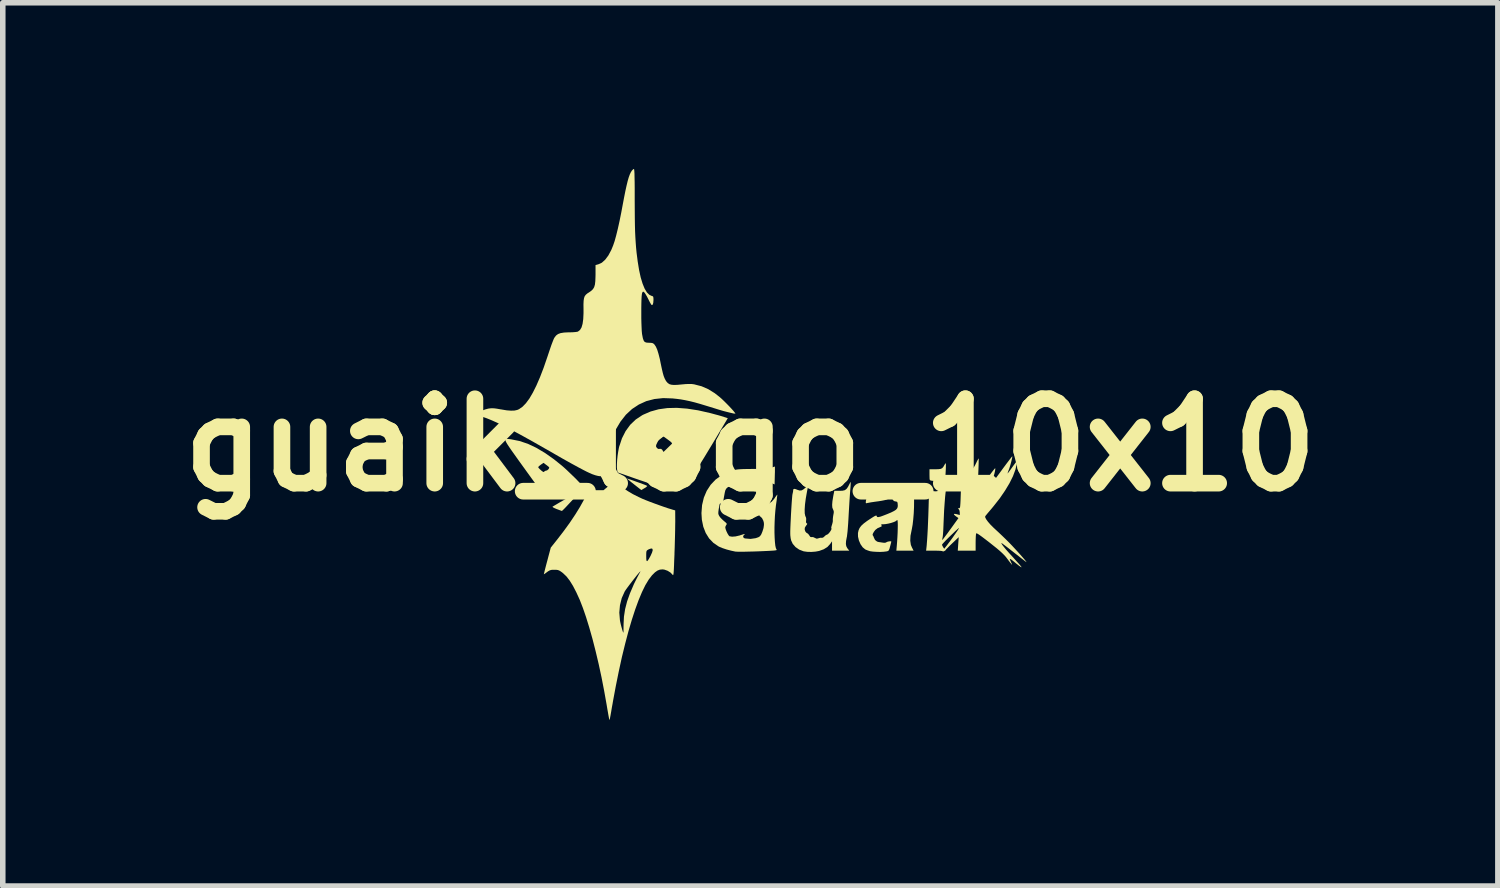
<source format=kicad_pcb>
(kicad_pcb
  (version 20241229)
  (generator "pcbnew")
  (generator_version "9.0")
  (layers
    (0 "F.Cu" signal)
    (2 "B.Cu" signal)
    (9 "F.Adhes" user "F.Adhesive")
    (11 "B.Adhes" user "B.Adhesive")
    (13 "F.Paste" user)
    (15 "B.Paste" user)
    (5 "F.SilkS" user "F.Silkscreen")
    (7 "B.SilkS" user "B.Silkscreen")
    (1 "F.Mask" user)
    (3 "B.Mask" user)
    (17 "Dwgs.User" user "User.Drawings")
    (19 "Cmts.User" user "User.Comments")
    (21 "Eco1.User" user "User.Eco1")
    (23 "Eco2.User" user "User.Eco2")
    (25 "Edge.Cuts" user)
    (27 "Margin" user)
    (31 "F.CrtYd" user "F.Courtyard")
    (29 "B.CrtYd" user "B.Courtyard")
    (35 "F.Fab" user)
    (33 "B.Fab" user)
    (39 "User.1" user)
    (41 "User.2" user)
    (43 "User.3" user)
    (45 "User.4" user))
  (footprint "guaik_logo_10x10"
    (layer "F.Cu")
    (at 10.494 4.982)
    (property "Reference" "guaik_logo_10x10" (at 0 0 0) (layer "F.SilkS") (effects (font (size 1.524 1.524) (thickness 0.3))))
    (attr board_only exclude_from_pos_files exclude_from_bom)
    (fp_poly (pts (xy -2.141 0.633) (xy -2.064 0.661) (xy -1.995 0.686) (xy -1.937 0.707) (xy -1.893 0.724) (xy -1.867 0.736) (xy -1.861 0.74) (xy -1.868 0.75) (xy -1.89 0.768) (xy -1.912 0.781) (xy -1.968 0.814) (xy -2.105 0.706) (xy -2.152 0.669) (xy -2.189 0.638) (xy -2.215 0.616) (xy -2.225 0.606) (xy -2.224 0.605)) (stroke (width 0) (type solid)) (fill yes) (layer "F.SilkS"))
    (fp_poly (pts (xy 3.528 0.331) (xy 3.53 0.345) (xy 3.53 0.38) (xy 3.529 0.429) (xy 3.526 0.488) (xy 3.526 0.489) (xy 3.517 0.641) (xy 3.447 0.633) (xy 3.404 0.629) (xy 3.381 0.632) (xy 3.377 0.638) (xy 3.366 0.648) (xy 3.335 0.65) (xy 3.287 0.647) (xy 3.267 0.644) (xy 3.251 0.64) (xy 3.241 0.632) (xy 3.236 0.615) (xy 3.235 0.582) (xy 3.234 0.539) (xy 3.234 0.439) (xy 3.339 0.439) (xy 3.397 0.437) (xy 3.436 0.432) (xy 3.463 0.419) (xy 3.483 0.397) (xy 3.501 0.366) (xy 3.516 0.341) (xy 3.526 0.33)) (stroke (width 0) (type solid)) (fill yes) (layer "F.SilkS"))
    (fp_poly (pts (xy -3.092 0.861) (xy -3.12 0.894) (xy -3.158 0.936) (xy -3.2 0.983) (xy -3.246 1.032) (xy -3.29 1.079) (xy -3.331 1.123) (xy -3.365 1.158) (xy -3.39 1.182) (xy -3.401 1.191) (xy -3.401 1.191) (xy -3.414 1.187) (xy -3.444 1.176) (xy -3.484 1.161) (xy -3.493 1.158) (xy -3.533 1.141) (xy -3.56 1.127) (xy -3.571 1.117) (xy -3.571 1.115) (xy -3.558 1.106) (xy -3.527 1.088) (xy -3.483 1.062) (xy -3.429 1.03) (xy -3.383 1.004) (xy -3.317 0.966) (xy -3.252 0.929) (xy -3.193 0.895) (xy -3.146 0.868) (xy -3.127 0.857) (xy -3.05 0.812)) (stroke (width 0) (type solid)) (fill yes) (layer "F.SilkS"))
    (fp_poly (pts (xy -4.378 -0.109) (xy -4.349 -0.106) (xy -4.313 -0.101) (xy -4.31 -0.1) (xy -4.165 -0.071) (xy -4.016 -0.021) (xy -3.864 0.051) (xy -3.707 0.144) (xy -3.544 0.259) (xy -3.401 0.374) (xy -3.362 0.408) (xy -3.316 0.45) (xy -3.267 0.497) (xy -3.216 0.546) (xy -3.166 0.594) (xy -3.122 0.639) (xy -3.086 0.677) (xy -3.06 0.705) (xy -3.048 0.721) (xy -3.047 0.723) (xy -3.06 0.726) (xy -3.091 0.734) (xy -3.139 0.745) (xy -3.2 0.759) (xy -3.27 0.775) (xy -3.346 0.792) (xy -3.424 0.81) (xy -3.5 0.827) (xy -3.572 0.843) (xy -3.635 0.857) (xy -3.687 0.868) (xy -3.723 0.875) (xy -3.74 0.878) (xy -3.741 0.878) (xy -3.75 0.869) (xy -3.772 0.841) (xy -3.805 0.797) (xy -3.849 0.739) (xy -3.901 0.668) (xy -3.96 0.587) (xy -4.025 0.497) (xy -4.094 0.401) (xy -4.095 0.401) (xy -3.829 0.401) (xy -3.821 0.415) (xy -3.8 0.437) (xy -3.774 0.461) (xy -3.749 0.48) (xy -3.733 0.489) (xy -3.732 0.489) (xy -3.719 0.48) (xy -3.716 0.477) (xy -3.699 0.466) (xy -3.687 0.464) (xy -3.666 0.457) (xy -3.644 0.438) (xy -3.631 0.417) (xy -3.631 0.404) (xy -3.644 0.391) (xy -3.67 0.37) (xy -3.686 0.358) (xy -3.734 0.323) (xy -3.781 0.356) (xy -3.809 0.378) (xy -3.826 0.395) (xy -3.829 0.401) (xy -4.095 0.401) (xy -4.1 0.393) (xy -4.183 0.278) (xy -4.252 0.181) (xy -4.309 0.101) (xy -4.353 0.037) (xy -4.386 -0.013) (xy -4.408 -0.051) (xy -4.42 -0.078) (xy -4.422 -0.096) (xy -4.415 -0.106) (xy -4.4 -0.11)) (stroke (width 0) (type solid)) (fill yes) (layer "F.SilkS"))
    (fp_poly (pts (xy -1.142 -0.656) (xy -0.941 -0.625) (xy -0.725 -0.576) (xy -0.702 -0.57) (xy -0.636 -0.552) (xy -0.572 -0.535) (xy -0.517 -0.519) (xy -0.477 -0.507) (xy -0.474 -0.505) (xy -0.407 -0.483) (xy -0.688 -0.013) (xy -0.767 0.117) (xy -0.834 0.228) (xy -0.892 0.321) (xy -0.942 0.398) (xy -0.986 0.461) (xy -1.025 0.513) (xy -1.061 0.555) (xy -1.094 0.589) (xy -1.128 0.617) (xy -1.162 0.641) (xy -1.199 0.663) (xy -1.208 0.668) (xy -1.261 0.694) (xy -1.319 0.718) (xy -1.369 0.734) (xy -1.432 0.745) (xy -1.506 0.75) (xy -1.581 0.75) (xy -1.649 0.745) (xy -1.683 0.738) (xy -1.706 0.731) (xy -1.749 0.718) (xy -1.807 0.698) (xy -1.878 0.674) (xy -1.958 0.647) (xy -2.045 0.617) (xy -2.063 0.611) (xy -2.395 0.495) (xy -2.405 0.445) (xy -2.409 0.403) (xy -2.408 0.343) (xy -2.404 0.272) (xy -2.396 0.195) (xy -2.385 0.121) (xy -2.373 0.054) (xy -2.367 0.029) (xy -2.352 -0.014) (xy -1.736 -0.014) (xy -1.728 -0.001) (xy -1.71 0.024) (xy -1.701 0.036) (xy -1.676 0.063) (xy -1.655 0.073) (xy -1.636 0.07) (xy -1.611 0.07) (xy -1.591 0.087) (xy -1.586 0.094) (xy -1.567 0.126) (xy -1.5 0.061) (xy -1.465 0.027) (xy -1.436 -0.001) (xy -1.419 -0.018) (xy -1.417 -0.019) (xy -1.413 -0.029) (xy -1.422 -0.043) (xy -1.446 -0.065) (xy -1.485 -0.094) (xy -1.568 -0.154) (xy -1.652 -0.088) (xy -1.69 -0.058) (xy -1.718 -0.033) (xy -1.734 -0.017) (xy -1.736 -0.014) (xy -2.352 -0.014) (xy -2.317 -0.12) (xy -2.251 -0.25) (xy -2.169 -0.363) (xy -2.07 -0.458) (xy -1.953 -0.536) (xy -1.932 -0.547) (xy -1.8 -0.604) (xy -1.655 -0.644) (xy -1.498 -0.666) (xy -1.327 -0.67)) (stroke (width 0) (type solid)) (fill yes) (layer "F.SilkS"))
    (fp_poly (pts (xy 1.812 0.68) (xy 1.811 0.714) (xy 1.808 0.764) (xy 1.803 0.826) (xy 1.8 0.86) (xy 1.795 0.934) (xy 1.789 1.025) (xy 1.783 1.125) (xy 1.777 1.227) (xy 1.772 1.318) (xy 1.767 1.403) (xy 1.761 1.485) (xy 1.755 1.559) (xy 1.748 1.619) (xy 1.743 1.66) (xy 1.741 1.665) (xy 1.728 1.735) (xy 1.725 1.787) (xy 1.732 1.827) (xy 1.749 1.86) (xy 1.755 1.869) (xy 1.786 1.908) (xy 1.475 1.908) (xy 1.475 1.739) (xy 1.44 1.789) (xy 1.391 1.842) (xy 1.325 1.883) (xy 1.242 1.913) (xy 1.178 1.925) (xy 1.103 1.931) (xy 1.028 1.929) (xy 0.964 1.92) (xy 0.96 1.919) (xy 0.882 1.889) (xy 0.816 1.843) (xy 0.765 1.784) (xy 0.737 1.723) (xy 0.728 1.683) (xy 0.722 1.632) (xy 0.721 1.6) (xy 0.721 1.555) (xy 0.723 1.494) (xy 0.726 1.421) (xy 0.73 1.34) (xy 0.734 1.255) (xy 0.739 1.169) (xy 0.744 1.088) (xy 0.749 1.015) (xy 0.754 0.953) (xy 0.758 0.908) (xy 0.762 0.883) (xy 0.763 0.881) (xy 0.771 0.844) (xy 0.773 0.821) (xy 0.777 0.799) (xy 0.792 0.792) (xy 0.821 0.798) (xy 0.85 0.81) (xy 0.892 0.823) (xy 0.929 0.819) (xy 0.967 0.796) (xy 0.999 0.767) (xy 1.025 0.742) (xy 1.042 0.725) (xy 1.046 0.722) (xy 1.044 0.734) (xy 1.038 0.766) (xy 1.029 0.811) (xy 1.023 0.842) (xy 1.001 0.966) (xy 0.987 1.074) (xy 0.981 1.163) (xy 0.982 1.234) (xy 0.992 1.283) (xy 1.002 1.302) (xy 1.008 1.324) (xy 1.008 1.358) (xy 1.007 1.362) (xy 1.005 1.396) (xy 1.014 1.412) (xy 1.018 1.414) (xy 1.028 1.422) (xy 1.023 1.436) (xy 1.013 1.448) (xy 0.994 1.476) (xy 0.983 1.497) (xy 0.982 1.53) (xy 0.994 1.563) (xy 1.015 1.587) (xy 1.023 1.59) (xy 1.045 1.606) (xy 1.065 1.633) (xy 1.065 1.634) (xy 1.083 1.659) (xy 1.101 1.664) (xy 1.106 1.663) (xy 1.133 1.663) (xy 1.164 1.677) (xy 1.165 1.677) (xy 1.193 1.691) (xy 1.217 1.689) (xy 1.231 1.684) (xy 1.263 1.675) (xy 1.286 1.676) (xy 1.312 1.673) (xy 1.338 1.651) (xy 1.362 1.629) (xy 1.383 1.619) (xy 1.385 1.619) (xy 1.4 1.61) (xy 1.421 1.59) (xy 1.442 1.562) (xy 1.458 1.536) (xy 1.466 1.515) (xy 1.464 1.508) (xy 1.46 1.495) (xy 1.467 1.463) (xy 1.473 1.445) (xy 1.484 1.406) (xy 1.49 1.373) (xy 1.489 1.363) (xy 1.489 1.338) (xy 1.493 1.298) (xy 1.498 1.267) (xy 1.506 1.224) (xy 1.506 1.197) (xy 1.499 1.175) (xy 1.493 1.163) (xy 1.48 1.13) (xy 1.477 1.081) (xy 1.482 1.016) (xy 1.496 0.93) (xy 1.499 0.913) (xy 1.516 0.828) (xy 1.605 0.828) (xy 1.664 0.826) (xy 1.706 0.816) (xy 1.736 0.794) (xy 1.762 0.758) (xy 1.779 0.726) (xy 1.796 0.692) (xy 1.808 0.671) (xy 1.812 0.667)) (stroke (width 0) (type solid)) (fill yes) (layer "F.SilkS"))
    (fp_poly (pts (xy 2.332 0.752) (xy 2.337 0.77) (xy 2.345 0.803) (xy 2.502 0.803) (xy 2.568 0.804) (xy 2.632 0.807) (xy 2.687 0.812) (xy 2.726 0.817) (xy 2.726 0.817) (xy 2.801 0.825) (xy 2.862 0.814) (xy 2.911 0.784) (xy 2.946 0.754) (xy 2.954 0.907) (xy 2.956 1.009) (xy 2.955 1.12) (xy 2.95 1.232) (xy 2.941 1.34) (xy 2.93 1.437) (xy 2.916 1.516) (xy 2.912 1.535) (xy 2.891 1.64) (xy 2.887 1.729) (xy 2.898 1.804) (xy 2.917 1.85) (xy 2.947 1.908) (xy 2.636 1.908) (xy 2.644 1.82) (xy 2.65 1.743) (xy 2.655 1.663) (xy 2.659 1.585) (xy 2.661 1.513) (xy 2.662 1.449) (xy 2.661 1.4) (xy 2.658 1.367) (xy 2.654 1.355) (xy 2.636 1.365) (xy 2.634 1.368) (xy 2.617 1.38) (xy 2.583 1.394) (xy 2.539 1.408) (xy 2.49 1.42) (xy 2.444 1.428) (xy 2.411 1.431) (xy 2.377 1.432) (xy 2.362 1.436) (xy 2.363 1.444) (xy 2.366 1.449) (xy 2.374 1.465) (xy 2.36 1.475) (xy 2.359 1.475) (xy 2.299 1.501) (xy 2.256 1.534) (xy 2.229 1.57) (xy 2.211 1.604) (xy 2.207 1.626) (xy 2.21 1.63) (xy 2.221 1.647) (xy 2.23 1.671) (xy 2.251 1.715) (xy 2.288 1.744) (xy 2.316 1.752) (xy 2.35 1.757) (xy 2.39 1.763) (xy 2.393 1.764) (xy 2.433 1.766) (xy 2.455 1.757) (xy 2.475 1.747) (xy 2.502 1.741) (xy 2.528 1.738) (xy 2.543 1.741) (xy 2.545 1.744) (xy 2.542 1.758) (xy 2.534 1.79) (xy 2.523 1.832) (xy 2.511 1.876) (xy 2.5 1.901) (xy 2.486 1.914) (xy 2.465 1.92) (xy 2.454 1.922) (xy 2.404 1.928) (xy 2.342 1.931) (xy 2.275 1.929) (xy 2.213 1.925) (xy 2.164 1.918) (xy 2.152 1.915) (xy 2.114 1.902) (xy 2.082 1.889) (xy 2.074 1.885) (xy 2.028 1.847) (xy 1.989 1.791) (xy 1.96 1.724) (xy 1.944 1.655) (xy 1.943 1.589) (xy 1.954 1.541) (xy 1.972 1.499) (xy 2.002 1.459) (xy 2.045 1.419) (xy 2.106 1.373) (xy 2.142 1.349) (xy 2.197 1.313) (xy 2.236 1.289) (xy 2.26 1.277) (xy 2.274 1.274) (xy 2.28 1.279) (xy 2.281 1.282) (xy 2.286 1.296) (xy 2.297 1.302) (xy 2.318 1.301) (xy 2.352 1.293) (xy 2.401 1.275) (xy 2.468 1.249) (xy 2.54 1.219) (xy 2.592 1.193) (xy 2.628 1.17) (xy 2.649 1.147) (xy 2.66 1.12) (xy 2.662 1.089) (xy 2.661 1.08) (xy 2.658 1.045) (xy 2.65 1.027) (xy 2.633 1.021) (xy 2.619 1.019) (xy 2.592 1.012) (xy 2.58 0.999) (xy 2.58 0.998) (xy 2.571 0.983) (xy 2.546 0.967) (xy 2.544 0.966) (xy 2.517 0.957) (xy 2.498 0.962) (xy 2.487 0.971) (xy 2.474 0.981) (xy 2.453 0.989) (xy 2.422 0.997) (xy 2.377 1.006) (xy 2.316 1.016) (xy 2.234 1.027) (xy 2.23 1.028) (xy 2.181 1.035) (xy 2.139 1.043) (xy 2.11 1.048) (xy 2.107 1.049) (xy 2.091 1.053) (xy 2.084 1.045) (xy 2.085 1.022) (xy 2.088 1.002) (xy 2.098 0.956) (xy 2.115 0.906) (xy 2.121 0.891) (xy 2.138 0.858) (xy 2.159 0.836) (xy 2.19 0.818) (xy 2.216 0.807) (xy 2.257 0.789) (xy 2.291 0.77) (xy 2.308 0.758) (xy 2.324 0.745)) (stroke (width 0) (type solid)) (fill yes) (layer "F.SilkS"))
    (fp_poly (pts (xy -2.395 0.662) (xy -2.376 0.687) (xy -2.374 0.69) (xy -2.34 0.734) (xy -2.285 0.783) (xy -2.21 0.834) (xy -2.119 0.888) (xy -2.013 0.941) (xy -1.949 0.971) (xy -1.891 0.995) (xy -1.817 1.024) (xy -1.734 1.055) (xy -1.646 1.087) (xy -1.561 1.117) (xy -1.484 1.143) (xy -1.421 1.162) (xy -1.406 1.167) (xy -1.356 1.181) (xy -1.355 1.378) (xy -1.356 1.442) (xy -1.357 1.526) (xy -1.359 1.625) (xy -1.362 1.733) (xy -1.365 1.844) (xy -1.369 1.954) (xy -1.369 1.973) (xy -1.374 2.084) (xy -1.377 2.171) (xy -1.38 2.239) (xy -1.383 2.288) (xy -1.386 2.321) (xy -1.39 2.341) (xy -1.393 2.349) (xy -1.398 2.349) (xy -1.401 2.345) (xy -1.44 2.304) (xy -1.493 2.271) (xy -1.552 2.25) (xy -1.587 2.246) (xy -1.635 2.251) (xy -1.677 2.268) (xy -1.721 2.299) (xy -1.77 2.348) (xy -1.775 2.353) (xy -1.834 2.43) (xy -1.895 2.531) (xy -1.956 2.656) (xy -2.017 2.802) (xy -2.078 2.969) (xy -2.139 3.156) (xy -2.2 3.363) (xy -2.259 3.587) (xy -2.318 3.828) (xy -2.374 4.085) (xy -2.429 4.357) (xy -2.482 4.642) (xy -2.485 4.662) (xy -2.5 4.743) (xy -2.512 4.816) (xy -2.523 4.878) (xy -2.532 4.925) (xy -2.536 4.952) (xy -2.537 4.957) (xy -2.542 4.962) (xy -2.548 4.944) (xy -2.553 4.922) (xy -2.561 4.88) (xy -2.571 4.822) (xy -2.583 4.754) (xy -2.593 4.693) (xy -2.638 4.441) (xy -2.686 4.193) (xy -2.738 3.952) (xy -2.793 3.72) (xy -2.849 3.501) (xy -2.907 3.296) (xy -2.965 3.108) (xy -2.993 3.026) (xy -2.365 3.026) (xy -2.354 3.161) (xy -2.35 3.186) (xy -2.339 3.236) (xy -2.326 3.286) (xy -2.313 3.332) (xy -2.302 3.368) (xy -2.293 3.387) (xy -2.291 3.388) (xy -2.29 3.377) (xy -2.289 3.345) (xy -2.289 3.297) (xy -2.288 3.239) (xy -2.288 3.235) (xy -2.281 3.098) (xy -2.26 2.963) (xy -2.224 2.823) (xy -2.172 2.677) (xy -2.104 2.518) (xy -2.093 2.495) (xy -2.065 2.438) (xy -2.037 2.383) (xy -2.014 2.339) (xy -2.003 2.319) (xy -1.988 2.293) (xy -1.985 2.281) (xy -1.989 2.284) (xy -2.014 2.312) (xy -2.048 2.353) (xy -2.089 2.405) (xy -2.133 2.461) (xy -2.176 2.517) (xy -2.215 2.569) (xy -2.246 2.612) (xy -2.266 2.642) (xy -2.268 2.646) (xy -2.321 2.764) (xy -2.353 2.892) (xy -2.365 3.026) (xy -2.993 3.026) (xy -3.023 2.94) (xy -3.078 2.798) (xy -3.141 2.66) (xy -3.201 2.544) (xy -3.26 2.449) (xy -3.319 2.373) (xy -3.381 2.314) (xy -3.401 2.298) (xy -3.439 2.272) (xy -3.471 2.258) (xy -3.507 2.253) (xy -3.538 2.253) (xy -3.584 2.254) (xy -3.617 2.262) (xy -3.648 2.279) (xy -3.668 2.293) (xy -3.698 2.316) (xy -3.72 2.33) (xy -3.727 2.334) (xy -3.725 2.323) (xy -3.717 2.291) (xy -3.705 2.242) (xy -3.689 2.18) (xy -3.67 2.108) (xy -3.666 2.094) (xy -3.644 2.01) (xy -1.879 2.01) (xy -1.878 2.061) (xy -1.873 2.091) (xy -1.864 2.098) (xy -1.848 2.083) (xy -1.825 2.046) (xy -1.801 2.002) (xy -1.774 1.942) (xy -1.762 1.9) (xy -1.767 1.875) (xy -1.788 1.868) (xy -1.825 1.88) (xy -1.844 1.889) (xy -1.861 1.9) (xy -1.872 1.912) (xy -1.877 1.932) (xy -1.879 1.966) (xy -1.879 2.01) (xy -3.644 2.01) (xy -3.602 1.853) (xy -3.481 1.701) (xy -3.365 1.55) (xy -3.257 1.401) (xy -3.16 1.256) (xy -3.076 1.12) (xy -3.006 0.994) (xy -2.954 0.886) (xy -2.924 0.816) (xy -2.649 0.816) (xy -2.576 0.755) (xy -2.516 0.707) (xy -2.465 0.674) (xy -2.426 0.655) (xy -2.411 0.653)) (stroke (width 0) (type solid)) (fill yes) (layer "F.SilkS"))
    (fp_poly (pts (xy 0.444 0.391) (xy 0.444 0.404) (xy 0.444 0.438) (xy 0.444 0.487) (xy 0.442 0.546) (xy 0.442 0.554) (xy 0.438 0.713) (xy 0.383 0.687) (xy 0.355 0.676) (xy 0.324 0.668) (xy 0.285 0.662) (xy 0.232 0.658) (xy 0.16 0.655) (xy 0.154 0.655) (xy -0.02 0.65) (xy -0.126 0.696) (xy -0.185 0.721) (xy -0.224 0.738) (xy -0.247 0.747) (xy -0.256 0.75) (xy -0.255 0.747) (xy -0.246 0.739) (xy -0.241 0.735) (xy -0.221 0.715) (xy -0.222 0.703) (xy -0.243 0.701) (xy -0.281 0.709) (xy -0.289 0.711) (xy -0.358 0.736) (xy -0.406 0.762) (xy -0.436 0.79) (xy -0.451 0.819) (xy -0.46 0.855) (xy -0.47 0.908) (xy -0.481 0.969) (xy -0.49 1.031) (xy -0.498 1.085) (xy -0.501 1.122) (xy -0.502 1.143) (xy -0.505 1.144) (xy -0.51 1.122) (xy -0.513 1.107) (xy -0.525 1.069) (xy -0.538 1.054) (xy -0.551 1.063) (xy -0.552 1.065) (xy -0.557 1.081) (xy -0.563 1.116) (xy -0.571 1.16) (xy -0.577 1.207) (xy -0.578 1.238) (xy -0.572 1.261) (xy -0.56 1.284) (xy -0.538 1.314) (xy -0.504 1.348) (xy -0.476 1.373) (xy -0.444 1.4) (xy -0.428 1.417) (xy -0.425 1.43) (xy -0.434 1.443) (xy -0.434 1.443) (xy -0.448 1.47) (xy -0.452 1.488) (xy -0.446 1.518) (xy -0.432 1.556) (xy -0.413 1.596) (xy -0.393 1.629) (xy -0.377 1.648) (xy -0.375 1.648) (xy -0.329 1.656) (xy -0.267 1.651) (xy -0.19 1.633) (xy -0.17 1.626) (xy -0.125 1.612) (xy -0.102 1.607) (xy -0.099 1.611) (xy -0.104 1.615) (xy -0.128 1.641) (xy -0.129 1.665) (xy -0.109 1.683) (xy -0.092 1.688) (xy 0.003 1.696) (xy 0.094 1.683) (xy 0.107 1.679) (xy 0.147 1.665) (xy 0.173 1.648) (xy 0.193 1.621) (xy 0.199 1.61) (xy 0.217 1.567) (xy 0.234 1.515) (xy 0.24 1.489) (xy 0.246 1.442) (xy 0.245 1.407) (xy 0.236 1.37) (xy 0.233 1.364) (xy 0.211 1.32) (xy 0.184 1.295) (xy 0.183 1.294) (xy 0.164 1.28) (xy 0.161 1.267) (xy 0.164 1.26) (xy 0.161 1.257) (xy 0.149 1.257) (xy 0.122 1.261) (xy 0.078 1.269) (xy 0.05 1.275) (xy 0.005 1.283) (xy -0.031 1.288) (xy -0.052 1.29) (xy -0.055 1.289) (xy -0.054 1.275) (xy -0.047 1.246) (xy -0.042 1.23) (xy -0.03 1.184) (xy -0.024 1.138) (xy -0.024 1.128) (xy -0.023 1.097) (xy -0.017 1.086) (xy -0.000403 1.089) (xy 0.008 1.092) (xy 0.045 1.099) (xy 0.103 1.096) (xy 0.13 1.092) (xy 0.183 1.085) (xy 0.234 1.078) (xy 0.274 1.073) (xy 0.335 1.057) (xy 0.386 1.024) (xy 0.433 0.97) (xy 0.445 0.951) (xy 0.467 0.92) (xy 0.482 0.9) (xy 0.488 0.898) (xy 0.486 0.914) (xy 0.481 0.951) (xy 0.475 1.002) (xy 0.466 1.065) (xy 0.462 1.092) (xy 0.452 1.184) (xy 0.444 1.282) (xy 0.439 1.384) (xy 0.436 1.485) (xy 0.436 1.583) (xy 0.439 1.673) (xy 0.444 1.752) (xy 0.451 1.816) (xy 0.461 1.862) (xy 0.472 1.884) (xy 0.476 1.892) (xy 0.473 1.898) (xy 0.458 1.902) (xy 0.428 1.906) (xy 0.38 1.909) (xy 0.33 1.912) (xy 0.241 1.916) (xy 0.149 1.92) (xy 0.058 1.923) (xy -0.029 1.925) (xy -0.108 1.927) (xy -0.175 1.927) (xy -0.227 1.927) (xy -0.261 1.925) (xy -0.268 1.925) (xy -0.347 1.908) (xy -0.427 1.887) (xy -0.502 1.862) (xy -0.562 1.837) (xy -0.572 1.832) (xy -0.666 1.768) (xy -0.744 1.687) (xy -0.805 1.589) (xy -0.849 1.476) (xy -0.875 1.349) (xy -0.882 1.23) (xy -0.871 1.085) (xy -0.839 0.951) (xy -0.787 0.828) (xy -0.716 0.719) (xy -0.627 0.625) (xy -0.521 0.547) (xy -0.398 0.487) (xy -0.323 0.461) (xy -0.291 0.453) (xy -0.258 0.446) (xy -0.222 0.441) (xy -0.179 0.438) (xy -0.123 0.435) (xy -0.052 0.434) (xy 0.038 0.433) (xy 0.054 0.433) (xy 0.147 0.432) (xy 0.219 0.43) (xy 0.274 0.428) (xy 0.316 0.425) (xy 0.347 0.421) (xy 0.37 0.416) (xy 0.39 0.408) (xy 0.39 0.408) (xy 0.421 0.396) (xy 0.44 0.39)) (stroke (width 0) (type solid)) (fill yes) (layer "F.SilkS"))
    (fp_poly (pts (xy -2.097 -4.973) (xy -2.094 -4.946) (xy -2.091 -4.899) (xy -2.09 -4.832) (xy -2.088 -4.743) (xy -2.087 -4.632) (xy -2.087 -4.497) (xy -2.087 -4.414) (xy -2.086 -4.245) (xy -2.085 -4.097) (xy -2.083 -3.967) (xy -2.08 -3.852) (xy -2.075 -3.748) (xy -2.069 -3.652) (xy -2.062 -3.56) (xy -2.053 -3.469) (xy -2.041 -3.376) (xy -2.033 -3.312) (xy -2.008 -3.158) (xy -1.979 -3.025) (xy -1.945 -2.913) (xy -1.908 -2.822) (xy -1.867 -2.754) (xy -1.822 -2.71) (xy -1.782 -2.691) (xy -1.762 -2.685) (xy -1.752 -2.673) (xy -1.749 -2.648) (xy -1.748 -2.619) (xy -1.752 -2.566) (xy -1.761 -2.535) (xy -1.775 -2.525) (xy -1.783 -2.528) (xy -1.794 -2.543) (xy -1.812 -2.574) (xy -1.834 -2.617) (xy -1.842 -2.633) (xy -1.866 -2.68) (xy -1.89 -2.721) (xy -1.908 -2.748) (xy -1.912 -2.752) (xy -1.931 -2.768) (xy -1.942 -2.764) (xy -1.952 -2.746) (xy -1.957 -2.724) (xy -1.962 -2.68) (xy -1.965 -2.62) (xy -1.967 -2.546) (xy -1.968 -2.464) (xy -1.968 -2.377) (xy -1.968 -2.289) (xy -1.966 -2.204) (xy -1.963 -2.126) (xy -1.96 -2.059) (xy -1.955 -2.007) (xy -1.952 -1.989) (xy -1.94 -1.927) (xy -1.926 -1.886) (xy -1.908 -1.861) (xy -1.881 -1.849) (xy -1.843 -1.845) (xy -1.83 -1.845) (xy -1.788 -1.843) (xy -1.76 -1.837) (xy -1.74 -1.823) (xy -1.73 -1.812) (xy -1.705 -1.775) (xy -1.681 -1.721) (xy -1.658 -1.647) (xy -1.634 -1.553) (xy -1.617 -1.468) (xy -1.597 -1.374) (xy -1.58 -1.301) (xy -1.564 -1.245) (xy -1.547 -1.202) (xy -1.529 -1.167) (xy -1.516 -1.147) (xy -1.492 -1.119) (xy -1.464 -1.099) (xy -1.429 -1.088) (xy -1.382 -1.083) (xy -1.319 -1.085) (xy -1.243 -1.092) (xy -1.165 -1.099) (xy -1.105 -1.101) (xy -1.056 -1.1) (xy -1.012 -1.094) (xy -1.009 -1.093) (xy -0.881 -1.06) (xy -0.761 -1.008) (xy -0.643 -0.935) (xy -0.556 -0.867) (xy -0.516 -0.832) (xy -0.472 -0.79) (xy -0.426 -0.744) (xy -0.381 -0.698) (xy -0.34 -0.654) (xy -0.306 -0.616) (xy -0.282 -0.586) (xy -0.27 -0.569) (xy -0.271 -0.565) (xy -0.302 -0.568) (xy -0.351 -0.579) (xy -0.416 -0.595) (xy -0.493 -0.615) (xy -0.577 -0.64) (xy -0.657 -0.665) (xy -0.791 -0.706) (xy -0.906 -0.741) (xy -1.005 -0.769) (xy -1.094 -0.791) (xy -1.175 -0.808) (xy -1.252 -0.822) (xy -1.328 -0.832) (xy -1.404 -0.84) (xy -1.574 -0.846) (xy -1.732 -0.829) (xy -1.878 -0.791) (xy -2.012 -0.73) (xy -2.135 -0.649) (xy -2.246 -0.546) (xy -2.344 -0.421) (xy -2.43 -0.276) (xy -2.504 -0.109) (xy -2.566 0.079) (xy -2.614 0.287) (xy -2.623 0.333) (xy -2.634 0.398) (xy -2.645 0.457) (xy -2.653 0.503) (xy -2.658 0.532) (xy -2.659 0.536) (xy -2.666 0.555) (xy -2.682 0.563) (xy -2.714 0.564) (xy -2.75 0.559) (xy -2.797 0.547) (xy -2.849 0.529) (xy -2.86 0.525) (xy -2.905 0.505) (xy -2.958 0.48) (xy -3.02 0.448) (xy -3.094 0.409) (xy -3.181 0.362) (xy -3.282 0.306) (xy -3.398 0.241) (xy -3.532 0.164) (xy -3.685 0.076) (xy -3.698 0.069) (xy -3.907 -0.05) (xy -4.095 -0.155) (xy -4.265 -0.247) (xy -4.416 -0.325) (xy -4.548 -0.391) (xy -4.663 -0.443) (xy -4.759 -0.482) (xy -4.838 -0.509) (xy -4.901 -0.524) (xy -4.902 -0.524) (xy -4.936 -0.532) (xy -4.959 -0.54) (xy -4.963 -0.546) (xy -4.952 -0.561) (xy -4.923 -0.58) (xy -4.882 -0.601) (xy -4.834 -0.623) (xy -4.786 -0.641) (xy -4.742 -0.653) (xy -4.731 -0.656) (xy -4.695 -0.661) (xy -4.661 -0.663) (xy -4.623 -0.661) (xy -4.576 -0.655) (xy -4.514 -0.644) (xy -4.494 -0.641) (xy -4.398 -0.625) (xy -4.32 -0.619) (xy -4.257 -0.621) (xy -4.207 -0.632) (xy -4.175 -0.646) (xy -4.112 -0.69) (xy -4.051 -0.753) (xy -3.988 -0.838) (xy -3.926 -0.944) (xy -3.862 -1.072) (xy -3.797 -1.222) (xy -3.73 -1.396) (xy -3.662 -1.594) (xy -3.639 -1.663) (xy -3.614 -1.737) (xy -3.59 -1.807) (xy -3.567 -1.867) (xy -3.549 -1.912) (xy -3.536 -1.937) (xy -3.507 -1.975) (xy -3.471 -2.002) (xy -3.425 -2.019) (xy -3.364 -2.029) (xy -3.285 -2.033) (xy -3.274 -2.033) (xy -3.214 -2.034) (xy -3.162 -2.038) (xy -3.124 -2.043) (xy -3.11 -2.048) (xy -3.075 -2.075) (xy -3.047 -2.121) (xy -3.028 -2.186) (xy -3.016 -2.272) (xy -3.011 -2.379) (xy -3.011 -2.454) (xy -3.012 -2.539) (xy -3.009 -2.603) (xy -3.002 -2.65) (xy -2.989 -2.686) (xy -2.968 -2.713) (xy -2.938 -2.738) (xy -2.915 -2.752) (xy -2.873 -2.781) (xy -2.841 -2.812) (xy -2.819 -2.848) (xy -2.805 -2.895) (xy -2.798 -2.956) (xy -2.795 -3.036) (xy -2.794 -3.076) (xy -2.794 -3.247) (xy -2.744 -3.261) (xy -2.68 -3.29) (xy -2.62 -3.344) (xy -2.563 -3.42) (xy -2.51 -3.519) (xy -2.476 -3.602) (xy -2.449 -3.681) (xy -2.421 -3.783) (xy -2.391 -3.905) (xy -2.36 -4.045) (xy -2.329 -4.199) (xy -2.307 -4.317) (xy -2.28 -4.46) (xy -2.256 -4.581) (xy -2.234 -4.681) (xy -2.214 -4.764) (xy -2.195 -4.83) (xy -2.176 -4.882) (xy -2.157 -4.922) (xy -2.137 -4.953) (xy -2.131 -4.96) (xy -2.112 -4.978) (xy -2.1 -4.982)) (stroke (width 0) (type solid)) (fill yes) (layer "F.SilkS"))
    (fp_poly (pts (xy 4.729 0.219) (xy 4.722 0.251) (xy 4.712 0.295) (xy 4.699 0.344) (xy 4.685 0.393) (xy 4.671 0.435) (xy 4.662 0.458) (xy 4.65 0.491) (xy 4.644 0.511) (xy 4.644 0.515) (xy 4.652 0.505) (xy 4.672 0.48) (xy 4.699 0.443) (xy 4.722 0.411) (xy 4.761 0.356) (xy 4.788 0.32) (xy 4.804 0.3) (xy 4.812 0.296) (xy 4.814 0.305) (xy 4.812 0.325) (xy 4.81 0.339) (xy 4.785 0.446) (xy 4.741 0.564) (xy 4.678 0.691) (xy 4.598 0.824) (xy 4.503 0.963) (xy 4.392 1.104) (xy 4.356 1.148) (xy 4.316 1.195) (xy 4.281 1.236) (xy 4.255 1.268) (xy 4.241 1.285) (xy 4.24 1.286) (xy 4.24 1.307) (xy 4.257 1.341) (xy 4.289 1.385) (xy 4.334 1.437) (xy 4.391 1.494) (xy 4.433 1.533) (xy 4.487 1.583) (xy 4.55 1.643) (xy 4.615 1.706) (xy 4.674 1.765) (xy 4.678 1.769) (xy 4.725 1.818) (xy 4.774 1.871) (xy 4.824 1.925) (xy 4.87 1.976) (xy 4.912 2.024) (xy 4.947 2.064) (xy 4.971 2.094) (xy 4.984 2.112) (xy 4.983 2.115) (xy 4.982 2.114) (xy 4.968 2.104) (xy 4.938 2.081) (xy 4.894 2.047) (xy 4.841 2.005) (xy 4.78 1.958) (xy 4.752 1.936) (xy 4.691 1.888) (xy 4.636 1.845) (xy 4.59 1.81) (xy 4.556 1.785) (xy 4.538 1.771) (xy 4.535 1.769) (xy 4.533 1.778) (xy 4.547 1.802) (xy 4.576 1.84) (xy 4.619 1.892) (xy 4.674 1.954) (xy 4.678 1.958) (xy 4.746 2.032) (xy 4.798 2.091) (xy 4.838 2.135) (xy 4.866 2.167) (xy 4.884 2.188) (xy 4.893 2.201) (xy 4.895 2.207) (xy 4.893 2.208) (xy 4.879 2.2) (xy 4.851 2.181) (xy 4.815 2.152) (xy 4.798 2.139) (xy 4.747 2.096) (xy 4.712 2.069) (xy 4.691 2.057) (xy 4.684 2.058) (xy 4.687 2.073) (xy 4.699 2.1) (xy 4.704 2.111) (xy 4.718 2.142) (xy 4.725 2.159) (xy 4.722 2.161) (xy 4.709 2.146) (xy 4.683 2.114) (xy 4.645 2.064) (xy 4.638 2.054) (xy 4.611 2.019) (xy 4.581 1.986) (xy 4.546 1.951) (xy 4.503 1.912) (xy 4.449 1.866) (xy 4.38 1.811) (xy 4.326 1.768) (xy 4.246 1.706) (xy 4.184 1.659) (xy 4.137 1.625) (xy 4.105 1.604) (xy 4.085 1.595) (xy 4.077 1.596) (xy 4.073 1.615) (xy 4.07 1.653) (xy 4.068 1.704) (xy 4.067 1.76) (xy 4.067 1.908) (xy 3.745 1.908) (xy 3.753 1.786) (xy 3.762 1.664) (xy 3.644 1.776) (xy 3.6 1.818) (xy 3.565 1.854) (xy 3.539 1.88) (xy 3.528 1.894) (xy 3.528 1.895) (xy 3.52 1.905) (xy 3.501 1.916) (xy 3.48 1.923) (xy 3.472 1.919) (xy 3.461 1.915) (xy 3.431 1.911) (xy 3.385 1.909) (xy 3.33 1.908) (xy 3.323 1.908) (xy 3.173 1.908) (xy 3.18 1.848) (xy 3.185 1.8) (xy 3.46 1.8) (xy 3.467 1.82) (xy 3.48 1.844) (xy 3.5 1.874) (xy 3.534 1.831) (xy 3.554 1.805) (xy 3.584 1.764) (xy 3.622 1.714) (xy 3.662 1.659) (xy 3.67 1.646) (xy 3.706 1.595) (xy 3.736 1.552) (xy 3.757 1.519) (xy 3.767 1.502) (xy 3.768 1.5) (xy 3.757 1.505) (xy 3.734 1.525) (xy 3.699 1.556) (xy 3.659 1.595) (xy 3.614 1.638) (xy 3.57 1.681) (xy 3.529 1.722) (xy 3.495 1.758) (xy 3.471 1.785) (xy 3.461 1.799) (xy 3.46 1.8) (xy 3.185 1.8) (xy 3.185 1.793) (xy 3.191 1.717) (xy 3.197 1.623) (xy 3.203 1.516) (xy 3.208 1.398) (xy 3.213 1.274) (xy 3.217 1.148) (xy 3.218 1.119) (xy 3.226 0.826) (xy 3.3 0.834) (xy 3.347 0.837) (xy 3.376 0.834) (xy 3.382 0.83) (xy 3.398 0.822) (xy 3.424 0.824) (xy 3.464 0.823) (xy 3.496 0.811) (xy 3.533 0.792) (xy 3.526 0.845) (xy 3.516 0.94) (xy 3.507 1.055) (xy 3.498 1.184) (xy 3.492 1.323) (xy 3.489 1.387) (xy 3.486 1.463) (xy 3.483 1.535) (xy 3.479 1.596) (xy 3.475 1.641) (xy 3.472 1.662) (xy 3.466 1.694) (xy 3.465 1.714) (xy 3.465 1.716) (xy 3.473 1.708) (xy 3.493 1.682) (xy 3.523 1.642) (xy 3.561 1.592) (xy 3.604 1.532) (xy 3.613 1.52) (xy 3.757 1.32) (xy 3.708 1.285) (xy 3.68 1.261) (xy 3.675 1.247) (xy 3.69 1.243) (xy 3.727 1.25) (xy 3.739 1.253) (xy 3.781 1.265) (xy 3.781 1.221) (xy 3.775 1.181) (xy 3.761 1.159) (xy 3.747 1.147) (xy 3.754 1.143) (xy 3.765 1.142) (xy 3.774 1.141) (xy 3.781 1.135) (xy 3.786 1.121) (xy 3.789 1.096) (xy 3.792 1.055) (xy 3.795 0.996) (xy 3.797 0.933) (xy 3.8 0.849) (xy 3.803 0.762) (xy 3.804 0.679) (xy 3.805 0.609) (xy 3.805 0.588) (xy 3.805 0.452) (xy 3.9 0.452) (xy 3.951 0.451) (xy 3.986 0.445) (xy 4.013 0.431) (xy 4.035 0.404) (xy 4.059 0.361) (xy 4.078 0.323) (xy 4.097 0.283) (xy 4.113 0.255) (xy 4.122 0.242) (xy 4.122 0.242) (xy 4.123 0.256) (xy 4.122 0.29) (xy 4.121 0.343) (xy 4.119 0.41) (xy 4.116 0.487) (xy 4.114 0.533) (xy 4.111 0.615) (xy 4.109 0.689) (xy 4.107 0.75) (xy 4.106 0.795) (xy 4.107 0.82) (xy 4.107 0.825) (xy 4.116 0.817) (xy 4.136 0.792) (xy 4.167 0.752) (xy 4.205 0.702) (xy 4.249 0.642) (xy 4.264 0.622) (xy 4.309 0.56) (xy 4.349 0.506) (xy 4.382 0.463) (xy 4.407 0.433) (xy 4.419 0.419) (xy 4.42 0.419) (xy 4.422 0.435) (xy 4.417 0.469) (xy 4.407 0.514) (xy 4.393 0.564) (xy 4.377 0.613) (xy 4.37 0.633) (xy 4.356 0.672) (xy 4.346 0.7) (xy 4.344 0.711) (xy 4.347 0.709) (xy 4.354 0.702) (xy 4.366 0.686) (xy 4.386 0.66) (xy 4.414 0.623) (xy 4.451 0.573) (xy 4.499 0.508) (xy 4.559 0.426) (xy 4.619 0.345) (xy 4.657 0.295) (xy 4.689 0.253) (xy 4.713 0.222) (xy 4.727 0.206) (xy 4.729 0.205)) (stroke (width 0) (type solid)) (fill yes) (layer "F.SilkS")))
  (gr_rect
    (start -3 -3)
    (end 23.988 12.944)
    (stroke (width 0.1) (type default))
    (fill no)
    (layer "Edge.Cuts")))
</source>
